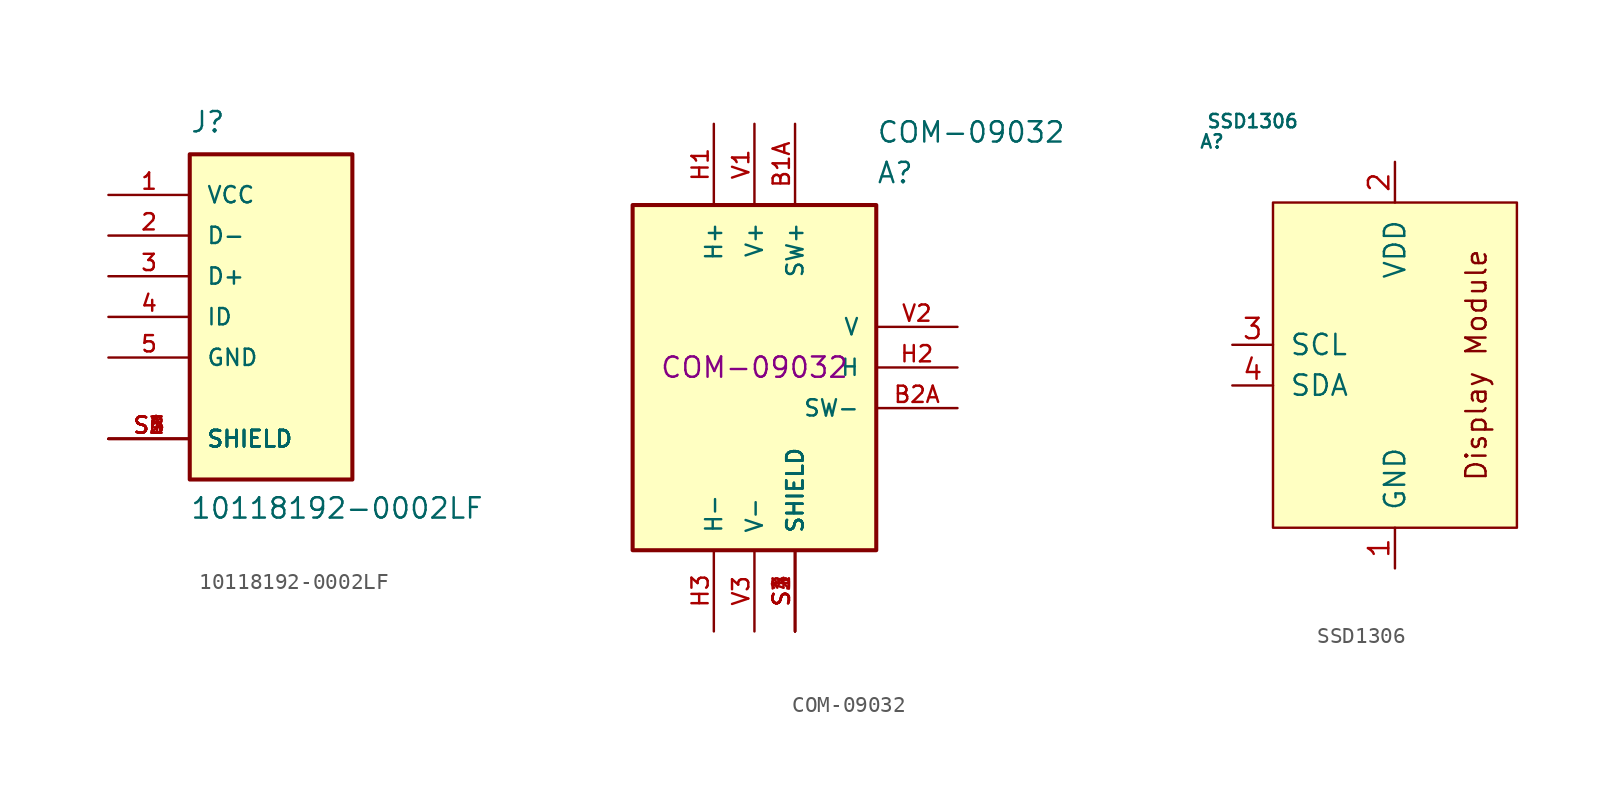
<source format=kicad_sym>
(kicad_symbol_lib
  (version 20211014)
  (generator kicad_symbol_editor)
  (symbol "10118192-0002LF"
    (pin_names
      (offset 1.016))
    (property "Reference" "J"
      (at -5.08 11.43 0)
      (effects (font (size 1.27 1.27)) (justify left bottom)))
    (property "Value" "10118192-0002LF"
      (at -5.08 -12.7 0)
      (effects (font (size 1.27 1.27)) (justify left bottom)))
    (property "ki_locked" ""
      (at 0 0 0)
      (effects (font (size 1.27 1.27))))
    (symbol "10118192-0002LF_0_0"
      (rectangle (start -5.08 -10.16) (end 5.08 10.16) (stroke (width 0.254) (type default) (color 0 0 0 0)) (fill (type background)))
      (pin power_in line (at -10.16 7.62 0) (length 5.08) (name "VCC" (effects (font (size 1.016 1.016)))) (number "1" (effects (font (size 1.016 1.016)))))
      (pin bidirectional line (at -10.16 5.08 0) (length 5.08) (name "D-" (effects (font (size 1.016 1.016)))) (number "2" (effects (font (size 1.016 1.016)))))
      (pin bidirectional line (at -10.16 2.54 0) (length 5.08) (name "D+" (effects (font (size 1.016 1.016)))) (number "3" (effects (font (size 1.016 1.016)))))
      (pin bidirectional line (at -10.16 0 0) (length 5.08) (name "ID" (effects (font (size 1.016 1.016)))) (number "4" (effects (font (size 1.016 1.016)))))
      (pin power_in line (at -10.16 -2.54 0) (length 5.08) (name "GND" (effects (font (size 1.016 1.016)))) (number "5" (effects (font (size 1.016 1.016)))))
      (pin passive line (at -10.16 -7.62 0) (length 5.08) (name "SHIELD" (effects (font (size 1.016 1.016)))) (number "S1" (effects (font (size 1.016 1.016)))))
      (pin passive line (at -10.16 -7.62 0) (length 5.08) (name "SHIELD" (effects (font (size 1.016 1.016)))) (number "S2" (effects (font (size 1.016 1.016)))))
      (pin passive line (at -10.16 -7.62 0) (length 5.08) (name "SHIELD" (effects (font (size 1.016 1.016)))) (number "S3" (effects (font (size 1.016 1.016)))))
      (pin passive line (at -10.16 -7.62 0) (length 5.08) (name "SHIELD" (effects (font (size 1.016 1.016)))) (number "S4" (effects (font (size 1.016 1.016)))))
      (pin passive line (at -10.16 -7.62 0) (length 5.08) (name "SHIELD" (effects (font (size 1.016 1.016)))) (number "S5" (effects (font (size 1.016 1.016)))))
      (pin passive line (at -10.16 -7.62 0) (length 5.08) (name "SHIELD" (effects (font (size 1.016 1.016)))) (number "S6" (effects (font (size 1.016 1.016)))))))
  (symbol "COM-09032"
    (pin_names
      (offset 1.016))
    (property "Reference" "A"
      (at 7.62 11.43 0)
      (effects (font (size 1.27 1.27)) (justify left bottom)))
    (property "Value" "COM-09032"
      (at 7.62 13.97 0)
      (effects (font (size 1.27 1.27)) (justify left bottom)))
    (property "digikey_part_number" "COM-09032"
      (at 0 0 0)
      (effects (font (size 1.27 1.27))))
    (symbol "COM-09032_0_0"
      (rectangle (start -7.62 -11.43) (end 7.62 10.16) (stroke (width 0.254) (type default) (color 0 0 0 0)) (fill (type background)))
      (pin passive line (at 2.54 15.24 270) (length 5.08) (name "SW+" (effects (font (size 1.016 1.016)))) (number "B1A" (effects (font (size 1.016 1.016)))))
      (pin passive line (at 12.7 -2.54 180) (length 5.08) (name "SW-" (effects (font (size 1.016 1.016)))) (number "B2A" (effects (font (size 1.016 1.016)))))
      (pin passive line (at -2.54 15.24 270) (length 5.08) (name "H+" (effects (font (size 1.016 1.016)))) (number "H1" (effects (font (size 1.016 1.016)))))
      (pin passive line (at 12.7 0 180) (length 5.08) (name "H" (effects (font (size 1.016 1.016)))) (number "H2" (effects (font (size 1.016 1.016)))))
      (pin passive line (at -2.54 -16.51 90) (length 5.08) (name "H-" (effects (font (size 1.016 1.016)))) (number "H3" (effects (font (size 1.016 1.016)))))
      (pin passive line (at 2.54 -16.51 90) (length 5.08) (name "SHIELD" (effects (font (size 1.016 1.016)))) (number "S1" (effects (font (size 1.016 1.016)))))
      (pin passive line (at 2.54 -16.51 90) (length 5.08) (name "SHIELD" (effects (font (size 1.016 1.016)))) (number "S2" (effects (font (size 1.016 1.016)))))
      (pin passive line (at 2.54 -16.51 90) (length 5.08) (name "SHIELD" (effects (font (size 1.016 1.016)))) (number "S3" (effects (font (size 1.016 1.016)))))
      (pin passive line (at 2.54 -16.51 90) (length 5.08) (name "SHIELD" (effects (font (size 1.016 1.016)))) (number "S4" (effects (font (size 1.016 1.016)))))
      (pin passive line (at 0 15.24 270) (length 5.08) (name "V+" (effects (font (size 1.016 1.016)))) (number "V1" (effects (font (size 1.016 1.016)))))
      (pin passive line (at 12.7 2.54 180) (length 5.08) (name "V" (effects (font (size 1.016 1.016)))) (number "V2" (effects (font (size 1.016 1.016)))))
      (pin passive line (at 0 -16.51 90) (length 5.08) (name "V-" (effects (font (size 1.016 1.016)))) (number "V3" (effects (font (size 1.016 1.016)))))))
  (symbol "SSD1306"
    (pin_names
      (offset 1.016))
    (property "Reference" "A"
      (at -11.43 13.97 0)
      (effects (font (size 0.838 0.838))))
    (property "Value" "SSD1306"
      (at -8.89 15.24 0)
      (effects (font (size 0.838 0.838))))
    (symbol "SSD1306_0_0"
      (text "Display Module" (at 5.08 0 900) (effects (font (size 1.27 1.27))))
      (pin passive line (at 0 -12.7 90) (length 2.54) (name "GND" (effects (font (size 1.27 1.27)))) (number "1" (effects (font (size 1.27 1.27)))))
      (pin passive line (at 0 12.7 270) (length 2.54) (name "VDD" (effects (font (size 1.27 1.27)))) (number "2" (effects (font (size 1.27 1.27)))))
      (pin passive line (at -10.16 1.27 0) (length 2.54) (name "SCL" (effects (font (size 1.27 1.27)))) (number "3" (effects (font (size 1.27 1.27)))))
      (pin passive line (at -10.16 -1.27 0) (length 2.54) (name "SDA" (effects (font (size 1.27 1.27)))) (number "4" (effects (font (size 1.27 1.27))))))
    (symbol "SSD1306_0_1"
      (rectangle (start -7.62 10.16) (end 7.62 -10.16) (stroke (width 0) (type default) (color 0 0 0 0)) (fill (type background))))))
</source>
